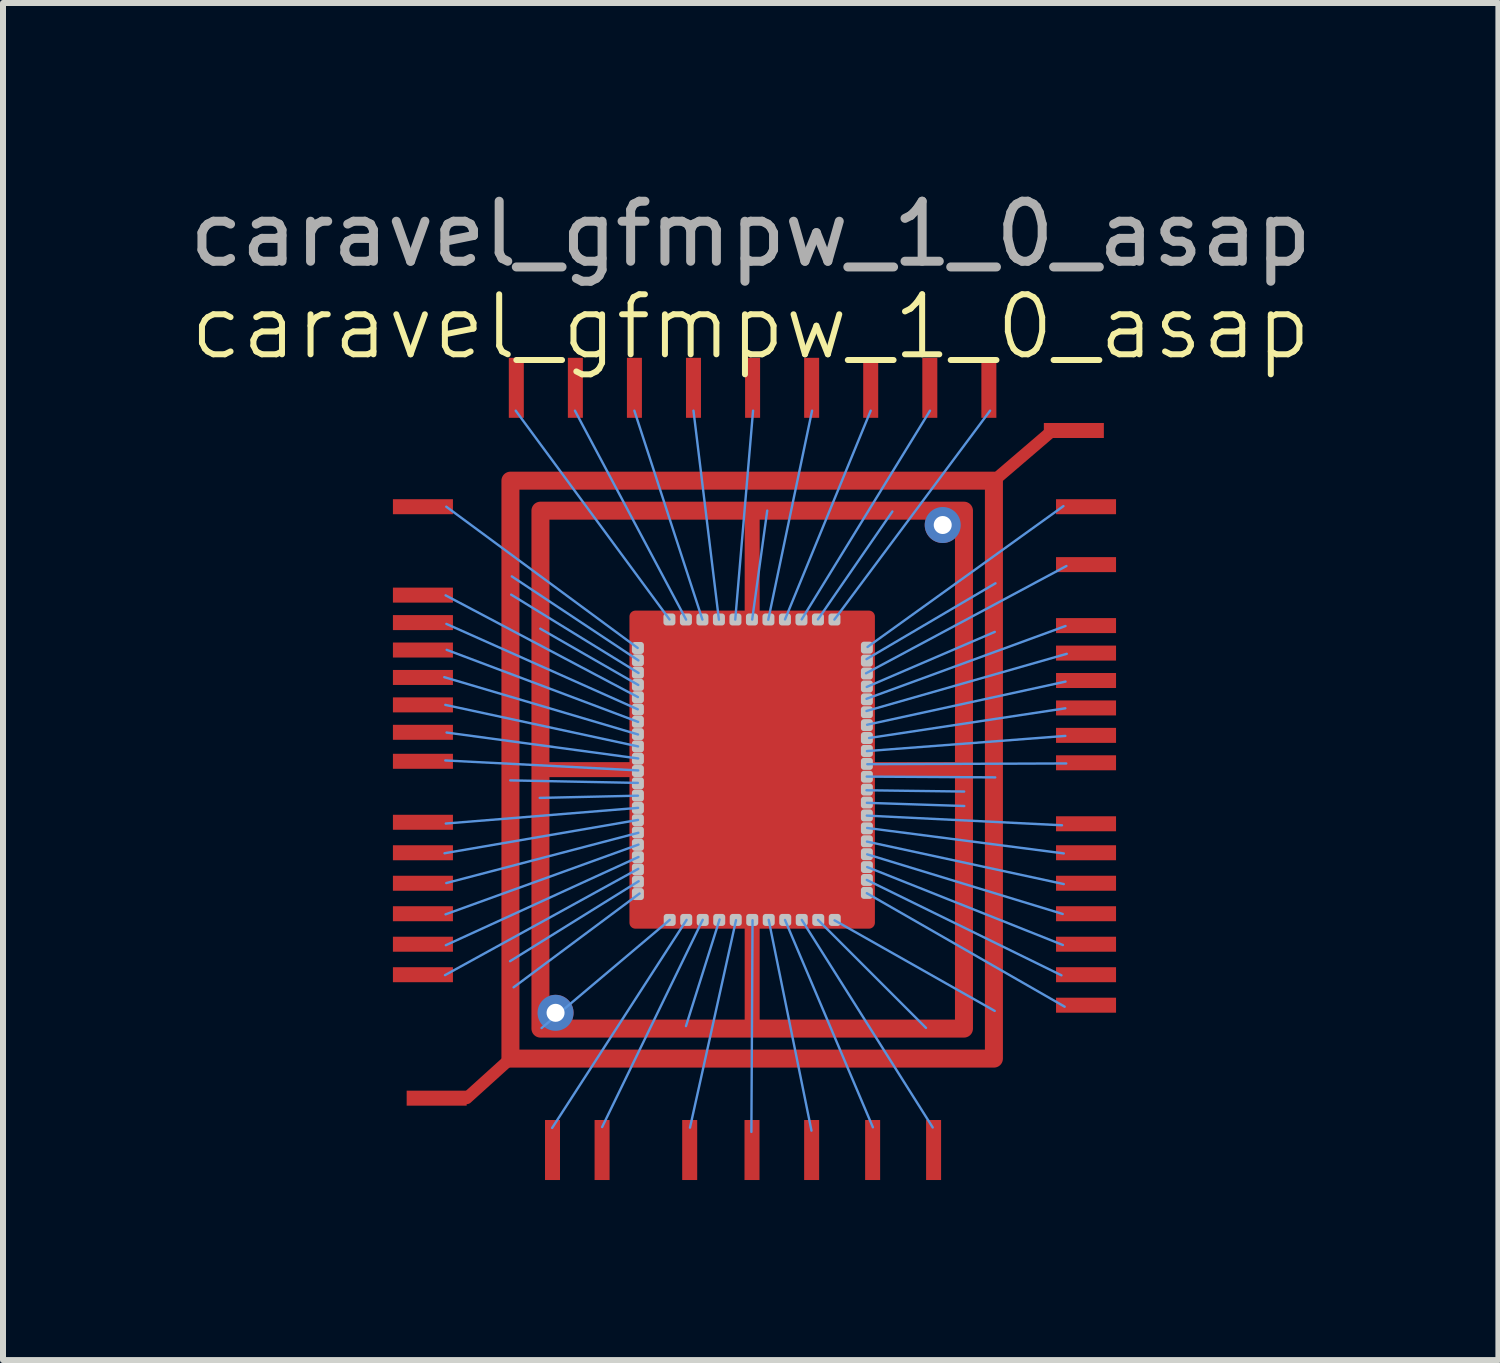
<source format=kicad_pcb>
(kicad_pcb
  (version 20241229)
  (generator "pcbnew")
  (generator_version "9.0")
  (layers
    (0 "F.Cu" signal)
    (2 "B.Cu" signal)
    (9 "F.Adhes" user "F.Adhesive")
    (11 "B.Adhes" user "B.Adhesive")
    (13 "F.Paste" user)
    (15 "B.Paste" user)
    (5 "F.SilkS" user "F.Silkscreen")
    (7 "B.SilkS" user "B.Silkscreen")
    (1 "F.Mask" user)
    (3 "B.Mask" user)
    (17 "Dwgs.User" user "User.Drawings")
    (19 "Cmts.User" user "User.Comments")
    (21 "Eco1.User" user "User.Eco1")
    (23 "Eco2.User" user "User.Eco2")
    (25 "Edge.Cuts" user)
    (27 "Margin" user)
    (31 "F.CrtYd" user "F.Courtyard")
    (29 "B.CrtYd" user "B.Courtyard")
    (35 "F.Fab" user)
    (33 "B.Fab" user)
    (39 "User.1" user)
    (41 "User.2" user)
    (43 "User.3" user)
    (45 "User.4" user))
  (footprint "caravel_gfmpw_1_0_asap"
    (layer "F.Cu")
    (at 9.458 2.904)
    (property "Reference" "caravel_gfmpw_1_0_asap" (at 0 -0.508 0) (unlocked yes) (layer "F.SilkS") (effects (font (size 1 1) (thickness 0.1))))
    (attr smd)
    (fp_line (start -4.003 11.685) (end -4.732 12.344) (stroke (width 0.2) (type default)) (layer "F.Cu"))
    (fp_line (start -3.503 6.87) (end 3.554 6.87) (stroke (width 0.25) (type solid)) (layer "F.Cu"))
    (fp_line (start 0.025 11.185) (end 0.025 2.555) (stroke (width 0.25) (type solid)) (layer "F.Cu"))
    (fp_line (start 4.053 2.055) (end 5.029 1.219) (stroke (width 0.2) (type default)) (layer "F.Cu"))
    (fp_rect (start -4.003 2.055) (end 4.053 11.685) (stroke (width 0.3) (type solid)) (fill no) (layer "F.Cu"))
    (fp_rect (start -3.503 2.555) (end 3.554 11.185) (stroke (width 0.3) (type solid)) (fill no) (layer "F.Cu"))
    (fp_rect (start -1.92 4.32) (end 1.97 9.42) (stroke (width 0.2) (type solid)) (fill yes) (layer "F.Cu"))
    (fp_rect (start -5.664 0.254) (end 5.842 13.462) (stroke (width 0.1) (type solid)) (fill yes) (layer "F.Mask"))
    (fp_rect (start -1.929 4.793) (end -1.829 4.893) (stroke (width 0.1) (type solid)) (fill no) (layer "Dwgs.User"))
    (fp_rect (start -1.929 4.998) (end -1.829 5.098) (stroke (width 0.1) (type solid)) (fill no) (layer "Dwgs.User"))
    (fp_rect (start -1.929 5.203) (end -1.829 5.303) (stroke (width 0.1) (type solid)) (fill no) (layer "Dwgs.User"))
    (fp_rect (start -1.929 5.408) (end -1.829 5.508) (stroke (width 0.1) (type solid)) (fill no) (layer "Dwgs.User"))
    (fp_rect (start -1.929 5.613) (end -1.829 5.713) (stroke (width 0.1) (type solid)) (fill no) (layer "Dwgs.User"))
    (fp_rect (start -1.929 5.818) (end -1.829 5.918) (stroke (width 0.1) (type solid)) (fill no) (layer "Dwgs.User"))
    (fp_rect (start -1.929 6.023) (end -1.829 6.123) (stroke (width 0.1) (type solid)) (fill no) (layer "Dwgs.User"))
    (fp_rect (start -1.929 6.228) (end -1.829 6.328) (stroke (width 0.1) (type solid)) (fill no) (layer "Dwgs.User"))
    (fp_rect (start -1.929 6.433) (end -1.829 6.533) (stroke (width 0.1) (type solid)) (fill no) (layer "Dwgs.User"))
    (fp_rect (start -1.929 6.638) (end -1.829 6.738) (stroke (width 0.1) (type solid)) (fill no) (layer "Dwgs.User"))
    (fp_rect (start -1.929 6.843) (end -1.829 6.943) (stroke (width 0.1) (type solid)) (fill no) (layer "Dwgs.User"))
    (fp_rect (start -1.929 7.048) (end -1.829 7.148) (stroke (width 0.1) (type solid)) (fill no) (layer "Dwgs.User"))
    (fp_rect (start -1.929 7.253) (end -1.829 7.353) (stroke (width 0.1) (type solid)) (fill no) (layer "Dwgs.User"))
    (fp_rect (start -1.929 7.458) (end -1.829 7.558) (stroke (width 0.1) (type solid)) (fill no) (layer "Dwgs.User"))
    (fp_rect (start -1.929 7.663) (end -1.829 7.763) (stroke (width 0.1) (type solid)) (fill no) (layer "Dwgs.User"))
    (fp_rect (start -1.929 7.868) (end -1.829 7.968) (stroke (width 0.1) (type solid)) (fill no) (layer "Dwgs.User"))
    (fp_rect (start -1.929 8.073) (end -1.829 8.173) (stroke (width 0.1) (type solid)) (fill no) (layer "Dwgs.User"))
    (fp_rect (start -1.929 8.278) (end -1.829 8.378) (stroke (width 0.1) (type solid)) (fill no) (layer "Dwgs.User"))
    (fp_rect (start -1.929 8.483) (end -1.829 8.583) (stroke (width 0.1) (type solid)) (fill no) (layer "Dwgs.User"))
    (fp_rect (start -1.929 8.688) (end -1.829 8.788) (stroke (width 0.1) (type solid)) (fill no) (layer "Dwgs.User"))
    (fp_rect (start -1.929 8.893) (end -1.829 8.993) (stroke (width 0.1) (type solid)) (fill no) (layer "Dwgs.User"))
    (fp_rect (start -1.404 4.318) (end -1.304 4.418) (stroke (width 0.1) (type solid)) (fill no) (layer "Dwgs.User"))
    (fp_rect (start -1.399 9.324) (end -1.299 9.424) (stroke (width 0.1) (type solid)) (fill no) (layer "Dwgs.User"))
    (fp_rect (start -1.129 4.318) (end -1.029 4.418) (stroke (width 0.1) (type solid)) (fill no) (layer "Dwgs.User"))
    (fp_rect (start -1.124 9.324) (end -1.024 9.424) (stroke (width 0.1) (type solid)) (fill no) (layer "Dwgs.User"))
    (fp_rect (start -0.854 4.318) (end -0.754 4.418) (stroke (width 0.1) (type solid)) (fill no) (layer "Dwgs.User"))
    (fp_rect (start -0.849 9.324) (end -0.749 9.424) (stroke (width 0.1) (type solid)) (fill no) (layer "Dwgs.User"))
    (fp_rect (start -0.579 4.318) (end -0.479 4.418) (stroke (width 0.1) (type solid)) (fill no) (layer "Dwgs.User"))
    (fp_rect (start -0.574 9.324) (end -0.474 9.424) (stroke (width 0.1) (type solid)) (fill no) (layer "Dwgs.User"))
    (fp_rect (start -0.304 4.318) (end -0.204 4.418) (stroke (width 0.1) (type solid)) (fill no) (layer "Dwgs.User"))
    (fp_rect (start -0.299 9.324) (end -0.199 9.424) (stroke (width 0.1) (type solid)) (fill no) (layer "Dwgs.User"))
    (fp_rect (start -0.029 4.318) (end 0.071 4.418) (stroke (width 0.1) (type solid)) (fill no) (layer "Dwgs.User"))
    (fp_rect (start -0.024 9.324) (end 0.076 9.424) (stroke (width 0.1) (type solid)) (fill no) (layer "Dwgs.User"))
    (fp_rect (start 0.246 4.318) (end 0.346 4.418) (stroke (width 0.1) (type solid)) (fill no) (layer "Dwgs.User"))
    (fp_rect (start 0.251 9.324) (end 0.351 9.424) (stroke (width 0.1) (type solid)) (fill no) (layer "Dwgs.User"))
    (fp_rect (start 0.521 4.318) (end 0.621 4.418) (stroke (width 0.1) (type solid)) (fill no) (layer "Dwgs.User"))
    (fp_rect (start 0.526 9.324) (end 0.626 9.424) (stroke (width 0.1) (type solid)) (fill no) (layer "Dwgs.User"))
    (fp_rect (start 0.796 4.318) (end 0.896 4.418) (stroke (width 0.1) (type solid)) (fill no) (layer "Dwgs.User"))
    (fp_rect (start 0.801 9.324) (end 0.901 9.424) (stroke (width 0.1) (type solid)) (fill no) (layer "Dwgs.User"))
    (fp_rect (start 1.071 4.318) (end 1.171 4.418) (stroke (width 0.1) (type solid)) (fill no) (layer "Dwgs.User"))
    (fp_rect (start 1.076 9.324) (end 1.176 9.424) (stroke (width 0.1) (type solid)) (fill no) (layer "Dwgs.User"))
    (fp_rect (start 1.346 4.318) (end 1.446 4.418) (stroke (width 0.1) (type solid)) (fill no) (layer "Dwgs.User"))
    (fp_rect (start 1.351 9.324) (end 1.451 9.424) (stroke (width 0.1) (type solid)) (fill no) (layer "Dwgs.User"))
    (fp_rect (start 1.887 4.788) (end 1.986 4.888) (stroke (width 0.1) (type solid)) (fill no) (layer "Dwgs.User"))
    (fp_rect (start 1.887 5.003) (end 1.986 5.104) (stroke (width 0.1) (type solid)) (fill no) (layer "Dwgs.User"))
    (fp_rect (start 1.887 5.218) (end 1.986 5.319) (stroke (width 0.1) (type solid)) (fill no) (layer "Dwgs.User"))
    (fp_rect (start 1.887 5.434) (end 1.986 5.534) (stroke (width 0.1) (type solid)) (fill no) (layer "Dwgs.User"))
    (fp_rect (start 1.887 5.649) (end 1.986 5.748) (stroke (width 0.1) (type solid)) (fill no) (layer "Dwgs.User"))
    (fp_rect (start 1.887 5.864) (end 1.986 5.963) (stroke (width 0.1) (type solid)) (fill no) (layer "Dwgs.User"))
    (fp_rect (start 1.887 6.079) (end 1.986 6.178) (stroke (width 0.1) (type solid)) (fill no) (layer "Dwgs.User"))
    (fp_rect (start 1.887 6.293) (end 1.986 6.394) (stroke (width 0.1) (type solid)) (fill no) (layer "Dwgs.User"))
    (fp_rect (start 1.887 6.508) (end 1.986 6.609) (stroke (width 0.1) (type solid)) (fill no) (layer "Dwgs.User"))
    (fp_rect (start 1.887 6.723) (end 1.986 6.824) (stroke (width 0.1) (type solid)) (fill no) (layer "Dwgs.User"))
    (fp_rect (start 1.887 6.939) (end 1.986 7.038) (stroke (width 0.1) (type solid)) (fill no) (layer "Dwgs.User"))
    (fp_rect (start 1.887 7.154) (end 1.986 7.253) (stroke (width 0.1) (type solid)) (fill no) (layer "Dwgs.User"))
    (fp_rect (start 1.887 7.369) (end 1.986 7.468) (stroke (width 0.1) (type solid)) (fill no) (layer "Dwgs.User"))
    (fp_rect (start 1.887 7.583) (end 1.986 7.684) (stroke (width 0.1) (type solid)) (fill no) (layer "Dwgs.User"))
    (fp_rect (start 1.887 7.798) (end 1.986 7.899) (stroke (width 0.1) (type solid)) (fill no) (layer "Dwgs.User"))
    (fp_rect (start 1.887 8.014) (end 1.986 8.114) (stroke (width 0.1) (type solid)) (fill no) (layer "Dwgs.User"))
    (fp_rect (start 1.887 8.229) (end 1.986 8.329) (stroke (width 0.1) (type solid)) (fill no) (layer "Dwgs.User"))
    (fp_rect (start 1.887 8.444) (end 1.986 8.543) (stroke (width 0.1) (type solid)) (fill no) (layer "Dwgs.User"))
    (fp_rect (start 1.887 8.659) (end 1.986 8.758) (stroke (width 0.1) (type solid)) (fill no) (layer "Dwgs.User"))
    (fp_rect (start 1.887 8.873) (end 1.986 8.973) (stroke (width 0.1) (type solid)) (fill no) (layer "Dwgs.User"))
    (fp_line (start -1.883 4.842) (end -5.072 2.489) (stroke (width 0.04) (type solid)) (layer "Cmts.User"))
    (fp_line (start -1.881 5.865) (end -5.07 4.442) (stroke (width 0.04) (type solid)) (layer "Cmts.User"))
    (fp_line (start -1.88 7.091) (end -4.006 7.049) (stroke (width 0.04) (type solid)) (layer "Cmts.User"))
    (fp_line (start -1.879 5.661) (end -5.083 3.966) (stroke (width 0.04) (type solid)) (layer "Cmts.User"))
    (fp_line (start -1.878 7.304) (end -3.515 7.341) (stroke (width 0.04) (type solid)) (layer "Cmts.User"))
    (fp_line (start -1.877 6.284) (end -5.105 5.329) (stroke (width 0.04) (type solid)) (layer "Cmts.User"))
    (fp_line (start -1.877 7.708) (end -5.101 8.263) (stroke (width 0.04) (type solid)) (layer "Cmts.User"))
    (fp_line (start -1.877 6.483) (end -5.088 5.791) (stroke (width 0.04) (type solid)) (layer "Cmts.User"))
    (fp_line (start -1.876 7.507) (end -5.08 7.768) (stroke (width 0.04) (type solid)) (layer "Cmts.User"))
    (fp_line (start -1.875 6.075) (end -5.065 4.874) (stroke (width 0.04) (type solid)) (layer "Cmts.User"))
    (fp_line (start -1.874 6.684) (end -5.067 6.252) (stroke (width 0.04) (type solid)) (layer "Cmts.User"))
    (fp_line (start -1.874 6.883) (end -5.088 6.717) (stroke (width 0.04) (type solid)) (layer "Cmts.User"))
    (fp_line (start -1.873 5.459) (end -3.506 4.521) (stroke (width 0.04) (type solid)) (layer "Cmts.User"))
    (fp_line (start -1.873 8.523) (end -5.093 10.294) (stroke (width 0.04) (type solid)) (layer "Cmts.User"))
    (fp_line (start -1.872 7.922) (end -5.072 8.76) (stroke (width 0.04) (type solid)) (layer "Cmts.User"))
    (fp_line (start -1.871 5.05) (end -3.98 3.65) (stroke (width 0.04) (type solid)) (layer "Cmts.User"))
    (fp_line (start -1.87 8.119) (end -5.084 9.281) (stroke (width 0.04) (type solid)) (layer "Cmts.User"))
    (fp_line (start -1.87 8.326) (end -5.079 9.795) (stroke (width 0.04) (type solid)) (layer "Cmts.User"))
    (fp_line (start -1.869 5.259) (end -3.991 3.954) (stroke (width 0.04) (type solid)) (layer "Cmts.User"))
    (fp_line (start -1.867 8.73) (end -4.01 10.062) (stroke (width 0.04) (type solid)) (layer "Cmts.User"))
    (fp_line (start -1.852 8.934) (end -3.95 10.497) (stroke (width 0.04) (type solid)) (layer "Cmts.User"))
    (fp_line (start -1.352 4.368) (end -3.915 0.889) (stroke (width 0.04) (type solid)) (layer "Cmts.User"))
    (fp_line (start -1.348 9.373) (end -3.484 11.176) (stroke (width 0.04) (type solid)) (layer "Cmts.User"))
    (fp_line (start -1.076 4.37) (end -2.928 0.889) (stroke (width 0.04) (type solid)) (layer "Cmts.User"))
    (fp_line (start -1.068 9.374) (end -3.308 12.84) (stroke (width 0.04) (type solid)) (layer "Cmts.User"))
    (fp_line (start -0.804 4.37) (end -1.938 0.889) (stroke (width 0.04) (type solid)) (layer "Cmts.User"))
    (fp_line (start -0.799 9.372) (end -2.475 12.825) (stroke (width 0.04) (type solid)) (layer "Cmts.User"))
    (fp_line (start -0.529 4.372) (end -0.953 0.889) (stroke (width 0.04) (type solid)) (layer "Cmts.User"))
    (fp_line (start -0.518 9.367) (end -1.078 11.143) (stroke (width 0.04) (type solid)) (layer "Cmts.User"))
    (fp_line (start -0.257 4.37) (end 0.04 0.889) (stroke (width 0.04) (type solid)) (layer "Cmts.User"))
    (fp_line (start -0.244 9.378) (end -1.011 12.835) (stroke (width 0.04) (type solid)) (layer "Cmts.User"))
    (fp_line (start 0.025 4.37) (end 0.276 2.554) (stroke (width 0.04) (type solid)) (layer "Cmts.User"))
    (fp_line (start 0.031 9.379) (end 0.012 12.906) (stroke (width 0.04) (type solid)) (layer "Cmts.User"))
    (fp_line (start 0.293 4.373) (end 1.023 0.889) (stroke (width 0.04) (type solid)) (layer "Cmts.User"))
    (fp_line (start 0.3 9.373) (end 1.013 12.885) (stroke (width 0.04) (type solid)) (layer "Cmts.User"))
    (fp_line (start 0.572 9.375) (end 2.036 12.829) (stroke (width 0.04) (type solid)) (layer "Cmts.User"))
    (fp_line (start 0.572 4.367) (end 2 0.889) (stroke (width 0.04) (type solid)) (layer "Cmts.User"))
    (fp_line (start 0.85 4.367) (end 2.988 0.889) (stroke (width 0.04) (type solid)) (layer "Cmts.User"))
    (fp_line (start 0.852 9.374) (end 3.033 12.832) (stroke (width 0.04) (type solid)) (layer "Cmts.User"))
    (fp_line (start 1.121 4.367) (end 2.361 2.569) (stroke (width 0.04) (type solid)) (layer "Cmts.User"))
    (fp_line (start 1.122 9.374) (end 2.921 11.173) (stroke (width 0.04) (type solid)) (layer "Cmts.User"))
    (fp_line (start 1.395 4.37) (end 3.989 0.889) (stroke (width 0.04) (type solid)) (layer "Cmts.User"))
    (fp_line (start 1.398 9.381) (end 4.066 10.89) (stroke (width 0.04) (type solid)) (layer "Cmts.User"))
    (fp_line (start 1.922 5.265) (end 5.261 3.477) (stroke (width 0.04) (type solid)) (layer "Cmts.User"))
    (fp_line (start 1.93 5.029) (end 4.079 3.765) (stroke (width 0.04) (type solid)) (layer "Cmts.User"))
    (fp_line (start 1.93 5.69) (end 5.246 4.477) (stroke (width 0.04) (type solid)) (layer "Cmts.User"))
    (fp_line (start 1.93 5.893) (end 5.267 4.94) (stroke (width 0.04) (type solid)) (layer "Cmts.User"))
    (fp_line (start 1.93 7.214) (end 3.557 7.235) (stroke (width 0.04) (type solid)) (layer "Cmts.User"))
    (fp_line (start 1.934 6.986) (end 4.075 6.999) (stroke (width 0.04) (type solid)) (layer "Cmts.User"))
    (fp_line (start 1.934 5.492) (end 4.067 4.575) (stroke (width 0.04) (type solid)) (layer "Cmts.User"))
    (fp_line (start 1.935 7.636) (end 5.187 7.797) (stroke (width 0.04) (type solid)) (layer "Cmts.User"))
    (fp_line (start 1.935 8.708) (end 5.178 10.297) (stroke (width 0.04) (type solid)) (layer "Cmts.User"))
    (fp_line (start 1.935 8.929) (end 5.232 10.82) (stroke (width 0.04) (type solid)) (layer "Cmts.User"))
    (fp_line (start 1.936 7.423) (end 3.559 7.476) (stroke (width 0.04) (type solid)) (layer "Cmts.User"))
    (fp_line (start 1.937 6.561) (end 5.243 6.308) (stroke (width 0.04) (type solid)) (layer "Cmts.User"))
    (fp_line (start 1.938 8.069) (end 5.217 8.777) (stroke (width 0.04) (type solid)) (layer "Cmts.User"))
    (fp_line (start 1.94 6.122) (end 5.246 5.403) (stroke (width 0.04) (type solid)) (layer "Cmts.User"))
    (fp_line (start 1.941 7.842) (end 5.217 8.266) (stroke (width 0.04) (type solid)) (layer "Cmts.User"))
    (fp_line (start 1.941 8.281) (end 5.199 9.275) (stroke (width 0.04) (type solid)) (layer "Cmts.User"))
    (fp_line (start 1.941 8.493) (end 5.202 9.792) (stroke (width 0.04) (type solid)) (layer "Cmts.User"))
    (fp_line (start 1.943 6.779) (end 5.258 6.767) (stroke (width 0.04) (type solid)) (layer "Cmts.User"))
    (fp_line (start 1.947 4.826) (end 5.211 2.479) (stroke (width 0.04) (type solid)) (layer "Cmts.User"))
    (fp_line (start 1.973 6.343) (end 5.243 5.848) (stroke (width 0.04) (type solid)) (layer "Cmts.User"))
    (fp_text user "${REFERENCE}" (at 0 -2.056 0) (unlocked yes) (layer "F.Fab") (effects (font (size 1 1) (thickness 0.15))))
    (pad "1" smd rect (at -5.461 2.489) (size 1 0.25) (layers "F.Cu"))
    (pad "2" smd rect (at -5.461 3.962) (size 1 0.25) (layers "F.Cu"))
    (pad "3" smd rect (at -5.461 4.42) (size 1 0.25) (layers "F.Cu"))
    (pad "4" smd rect (at -5.461 4.877) (size 1 0.25) (layers "F.Cu"))
    (pad "5" smd rect (at -5.461 5.334) (size 1 0.25) (layers "F.Cu"))
    (pad "6" smd rect (at -5.461 5.791) (size 1 0.25) (layers "F.Cu"))
    (pad "7" smd rect (at -5.461 6.248) (size 1 0.25) (layers "F.Cu"))
    (pad "8" smd rect (at -5.461 6.731) (size 1 0.25) (layers "F.Cu"))
    (pad "9" smd rect (at -5.461 7.747) (size 1 0.25) (layers "F.Cu"))
    (pad "10" smd rect (at -5.461 8.255) (size 1 0.25) (layers "F.Cu"))
    (pad "11" smd rect (at -5.461 8.763) (size 1 0.25) (layers "F.Cu"))
    (pad "12" smd rect (at -5.461 9.271) (size 1 0.25) (layers "F.Cu"))
    (pad "13" smd rect (at -5.461 9.779) (size 1 0.25) (layers "F.Cu"))
    (pad "14" smd rect (at -5.461 10.287) (size 1 0.25) (layers "F.Cu"))
    (pad "15" smd rect (at -3.302 13.208) (size 0.25 1) (layers "F.Cu"))
    (pad "16" smd rect (at -2.476 13.208) (size 0.25 1) (layers "F.Cu"))
    (pad "17" smd rect (at -1.016 13.208) (size 0.25 1) (layers "F.Cu"))
    (pad "18" smd rect (at 0.022 13.208) (size 0.25 1) (layers "F.Cu"))
    (pad "19" smd rect (at 1.016 13.208) (size 0.25 1) (layers "F.Cu"))
    (pad "20" smd rect (at 2.032 13.208) (size 0.25 1) (layers "F.Cu"))
    (pad "21" smd rect (at 3.048 13.208) (size 0.25 1) (layers "F.Cu"))
    (pad "22" smd rect (at 5.588 10.795) (size 1 0.25) (layers "F.Cu"))
    (pad "23" smd rect (at 5.588 10.287) (size 1 0.25) (layers "F.Cu"))
    (pad "24" smd rect (at 5.588 9.779) (size 1 0.25) (layers "F.Cu"))
    (pad "25" smd rect (at 5.588 9.271) (size 1 0.25) (layers "F.Cu"))
    (pad "26" smd rect (at 5.588 8.763) (size 1 0.25) (layers "F.Cu"))
    (pad "27" smd rect (at 5.588 8.255) (size 1 0.25) (layers "F.Cu"))
    (pad "28" smd rect (at 5.588 7.772) (size 1 0.25) (layers "F.Cu"))
    (pad "29" smd rect (at 5.588 6.756) (size 1 0.25) (layers "F.Cu"))
    (pad "30" smd rect (at 5.588 6.299) (size 1 0.25) (layers "F.Cu"))
    (pad "31" smd rect (at 5.588 5.842) (size 1 0.25) (layers "F.Cu"))
    (pad "32" smd rect (at 5.588 5.385) (size 1 0.25) (layers "F.Cu"))
    (pad "33" smd rect (at 5.588 4.928) (size 1 0.25) (layers "F.Cu"))
    (pad "34" smd rect (at 5.588 4.47) (size 1 0.25) (layers "F.Cu"))
    (pad "35" smd rect (at 5.588 3.454) (size 1 0.25) (layers "F.Cu"))
    (pad "36" smd rect (at 5.588 2.489) (size 1 0.25) (layers "F.Cu"))
    (pad "37" smd rect (at 3.969 0.508) (size 0.25 1) (layers "F.Cu"))
    (pad "38" smd rect (at 2.985 0.508) (size 0.25 1) (layers "F.Cu"))
    (pad "39" smd rect (at 2 0.508) (size 0.25 1) (layers "F.Cu"))
    (pad "40" smd rect (at 1.016 0.508) (size 0.25 1) (layers "F.Cu"))
    (pad "41" smd rect (at 0.032 0.508) (size 0.25 1) (layers "F.Cu"))
    (pad "42" smd rect (at -0.953 0.508) (size 0.25 1) (layers "F.Cu"))
    (pad "43" smd rect (at -1.937 0.508) (size 0.25 1) (layers "F.Cu"))
    (pad "44" smd rect (at -2.921 0.508) (size 0.25 1) (layers "F.Cu"))
    (pad "45" smd rect (at -3.905 0.508) (size 0.25 1) (layers "F.Cu"))
    (pad "47" smd rect (at -5.232 12.344) (size 1 0.25) (layers "F.Cu"))
    (pad "47" smd rect (at 5.385 1.219) (size 1 0.25) (layers "F.Cu"))
    (pad "48" thru_hole circle (at -3.251 10.922 270) (size 0.6 0.6) (drill 0.3) (layers "*.Cu" "*.Mask"))
    (pad "48" thru_hole circle (at 3.2 2.794 270) (size 0.6 0.6) (drill 0.3) (layers "*.Cu" "*.Mask")))
  (gr_rect
    (start -3 -3)
    (end 21.917 19.612)
    (stroke (width 0.1) (type default))
    (fill no)
    (layer "Edge.Cuts")))
</source>
